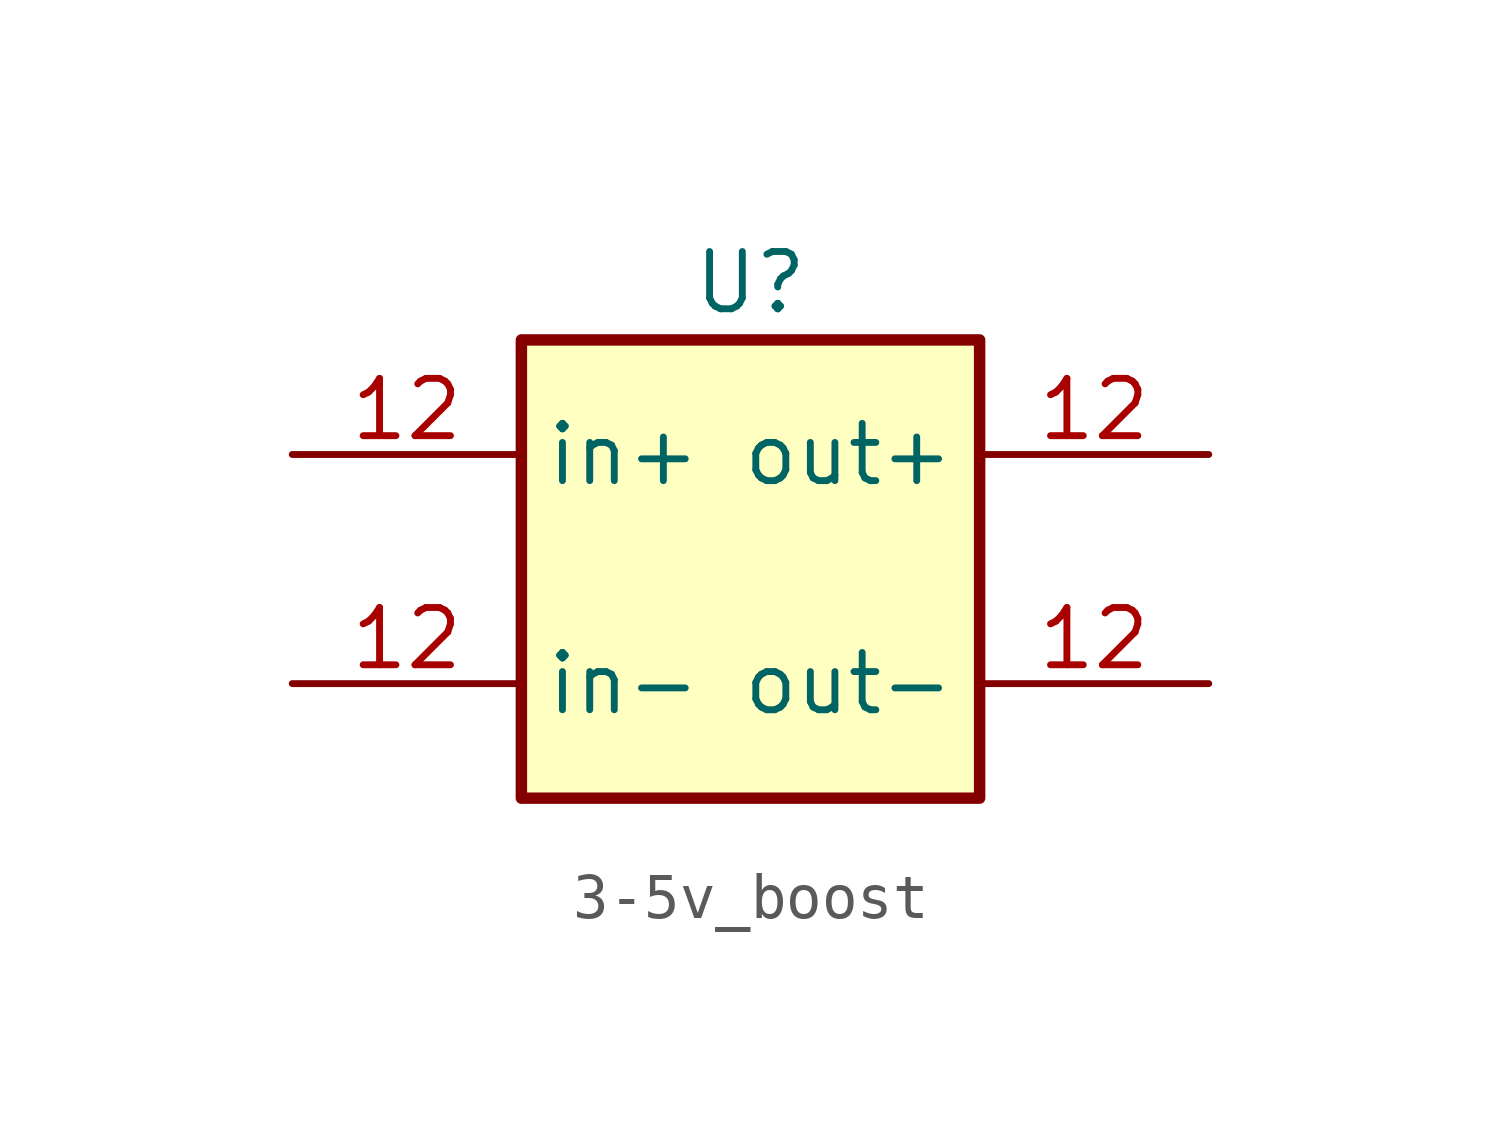
<source format=kicad_sym>
(kicad_symbol_lib
  (version 20220914)
  (generator kicad_symbol_editor)
  (symbol "3-5v_boost"
    (property "Reference" "U"
      (at 0 6.35 0)
      (effects (font (size 1.27 1.27))))
    (property "Value" ""
      (at 0 0 0)
      (effects (font (size 1.27 1.27))))
    (symbol "3-5v_boost_0_1"
      (rectangle (start -5.08 5.08) (end 5.08 -5.08) (stroke (width 0.254) (type default)) (fill (type background))))
    (symbol "3-5v_boost_1_1"
      (pin input line (at -10.16 2.54 0) (length 5.08) (name "in+" (effects (font (size 1.27 1.27)))) (number "12" (effects (font (size 1.27 1.27)))))
      (pin input line (at -10.16 -2.54 0) (length 5.08) (name "in-" (effects (font (size 1.27 1.27)))) (number "12" (effects (font (size 1.27 1.27)))))
      (pin output line (at 10.16 2.54 180) (length 5.08) (name "out+" (effects (font (size 1.27 1.27)))) (number "12" (effects (font (size 1.27 1.27)))))
      (pin output line (at 10.16 -2.54 180) (length 5.08) (name "out-" (effects (font (size 1.27 1.27)))) (number "12" (effects (font (size 1.27 1.27))))))))
</source>
